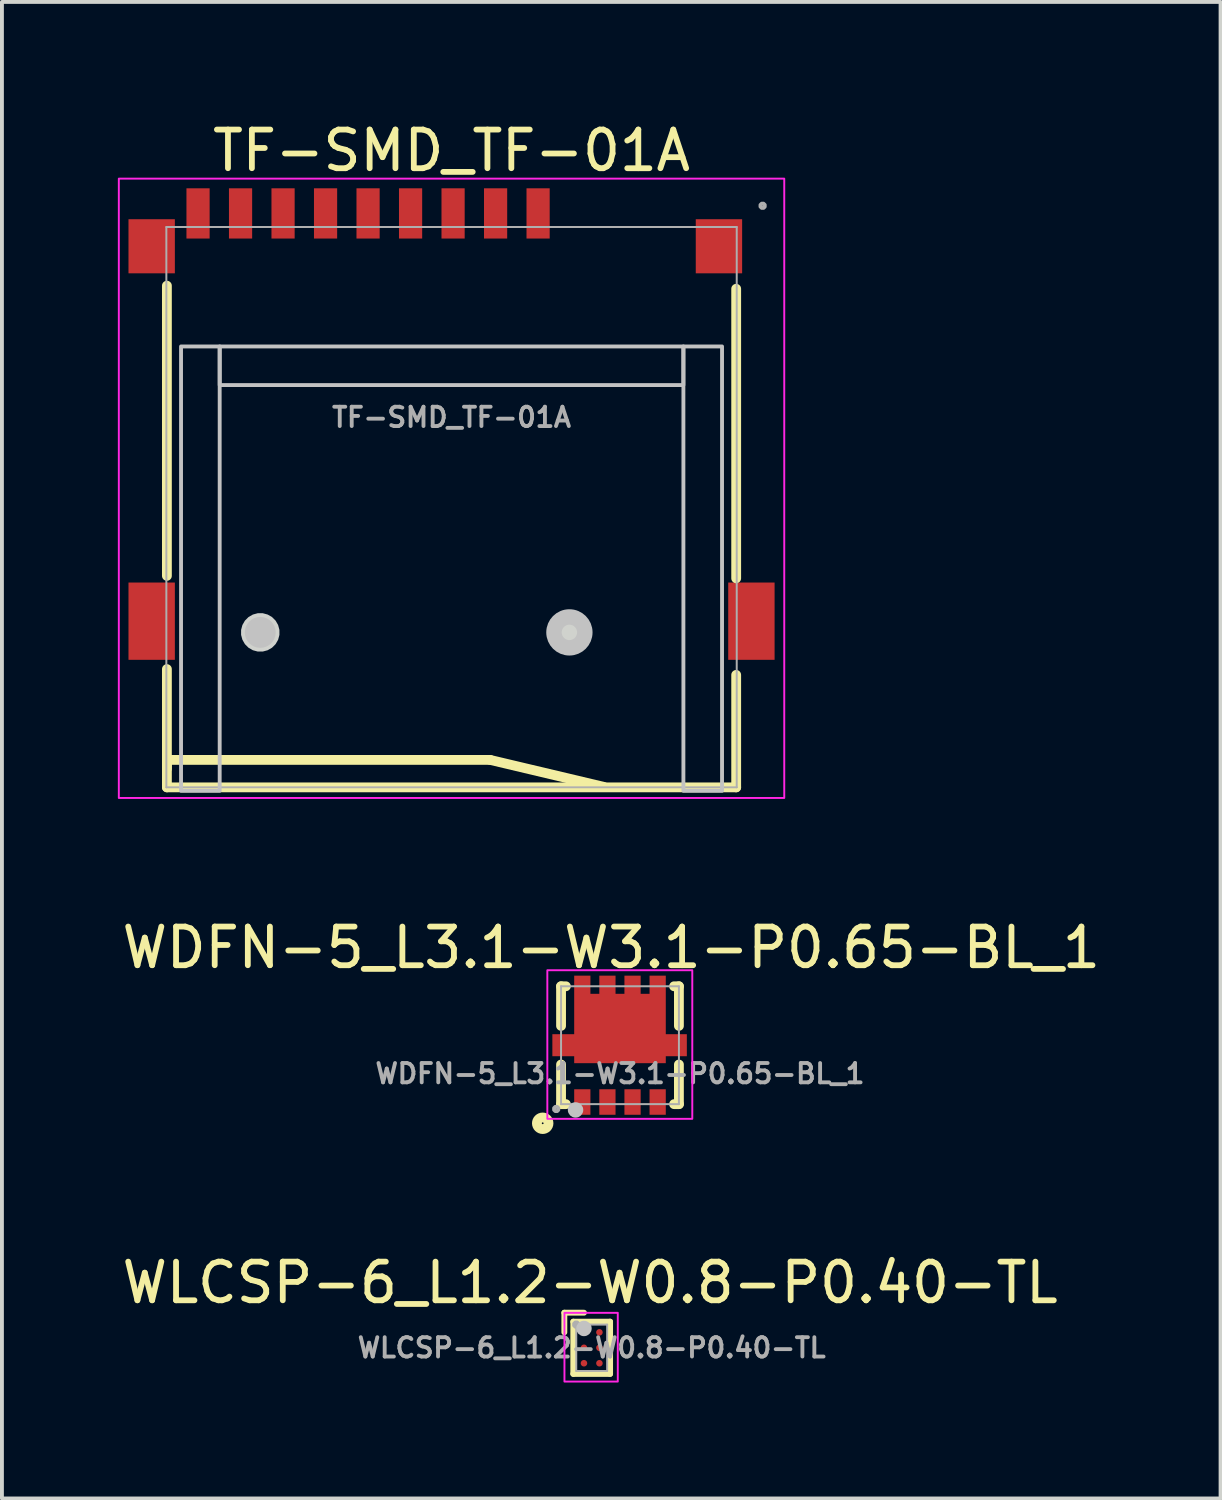
<source format=kicad_pcb>
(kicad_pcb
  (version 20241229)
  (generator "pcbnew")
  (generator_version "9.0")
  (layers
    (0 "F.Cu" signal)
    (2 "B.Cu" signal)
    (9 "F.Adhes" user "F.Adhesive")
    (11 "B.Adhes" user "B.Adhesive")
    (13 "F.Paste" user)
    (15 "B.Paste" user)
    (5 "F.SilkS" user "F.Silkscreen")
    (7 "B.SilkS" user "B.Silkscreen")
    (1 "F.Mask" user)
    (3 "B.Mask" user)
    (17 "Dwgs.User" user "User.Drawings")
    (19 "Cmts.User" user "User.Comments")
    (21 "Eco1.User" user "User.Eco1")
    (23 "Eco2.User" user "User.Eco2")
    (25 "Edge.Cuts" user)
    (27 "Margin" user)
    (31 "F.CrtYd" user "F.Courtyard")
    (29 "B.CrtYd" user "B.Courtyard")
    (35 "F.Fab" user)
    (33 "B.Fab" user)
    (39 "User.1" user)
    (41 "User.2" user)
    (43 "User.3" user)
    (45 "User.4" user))
  (footprint "TF-SMD_TF-01A"
    (layer "F.Cu")
    (at 8.635 7.749)
    (property "Reference" "TF-SMD_TF-01A" (at 0 -6.901 0) (layer "F.SilkS") (effects (font (size 1 1) (thickness 0.15))))
    (fp_line (start -7.366 -3.406) (end -7.366 4.103) (stroke (width 0.254) (type default)) (layer "F.SilkS"))
    (fp_line (start -7.366 6.516) (end -7.366 9.576) (stroke (width 0.254) (type default)) (layer "F.SilkS"))
    (fp_line (start -7.366 8.866) (end 1 8.866) (stroke (width 0.254) (type default)) (layer "F.SilkS"))
    (fp_line (start -7.366 9.091) (end -7.366 8.866) (stroke (width 0.254) (type default)) (layer "F.SilkS"))
    (fp_line (start -7.366 9.576) (end 7.366 9.576) (stroke (width 0.254) (type default)) (layer "F.SilkS"))
    (fp_line (start 1 8.866) (end 3.937 9.563) (stroke (width 0.254) (type default)) (layer "F.SilkS"))
    (fp_line (start 7.366 4.167) (end 7.366 -3.326) (stroke (width 0.254) (type default)) (layer "F.SilkS"))
    (fp_line (start 7.366 9.576) (end 7.366 6.666) (stroke (width 0.254) (type default)) (layer "F.SilkS"))
    (fp_circle (center -4.95 5.566) (end -4.75 5.566) (stroke (width 0.4) (type default)) (fill no) (layer "Dwgs.User"))
    (fp_circle (center 3.05 5.566) (end 3.249 5.566) (stroke (width 0.4) (type default)) (fill no) (layer "Dwgs.User"))
    (fp_poly (pts (xy -7 9.666) (xy -7 -1.834) (xy -6 -1.834) (xy -6 9.666)) (stroke (width 0.1) (type default)) (fill no) (layer "Dwgs.User"))
    (fp_poly (pts (xy -6 -1.834) (xy 6 -1.834) (xy 6 -0.834) (xy -6 -0.834)) (stroke (width 0.1) (type default)) (fill no) (layer "Dwgs.User"))
    (fp_poly (pts (xy 7 9.666) (xy 7 -1.834) (xy 6 -1.834) (xy 6 9.666)) (stroke (width 0.1) (type default)) (fill no) (layer "Dwgs.User"))
    (fp_poly (pts (xy -4.454 5.501) (xy -4.488 5.375) (xy -4.553 5.262) (xy -4.646 5.169) (xy -4.759 5.104) (xy -4.885 5.07) (xy -5.015 5.07) (xy -5.141 5.104) (xy -5.254 5.169) (xy -5.347 5.262) (xy -5.412 5.375) (xy -5.446 5.501) (xy -5.446 5.631) (xy -5.412 5.757) (xy -5.347 5.87) (xy -5.254 5.963) (xy -5.141 6.028) (xy -5.015 6.062) (xy -4.885 6.062) (xy -4.759 6.028) (xy -4.646 5.963) (xy -4.553 5.87) (xy -4.488 5.757) (xy -4.454 5.631)) (stroke (width 0) (type default)) (fill yes) (layer "Edge.Cuts"))
    (fp_poly (pts (xy 3.546 5.501) (xy 3.512 5.375) (xy 3.447 5.262) (xy 3.354 5.169) (xy 3.241 5.104) (xy 3.115 5.07) (xy 2.985 5.07) (xy 2.859 5.104) (xy 2.746 5.169) (xy 2.653 5.262) (xy 2.588 5.375) (xy 2.554 5.501) (xy 2.554 5.631) (xy 2.588 5.757) (xy 2.653 5.87) (xy 2.746 5.963) (xy 2.859 6.028) (xy 2.985 6.062) (xy 3.115 6.062) (xy 3.241 6.028) (xy 3.354 5.963) (xy 3.447 5.87) (xy 3.512 5.757) (xy 3.546 5.631)) (stroke (width 0) (type default)) (fill yes) (layer "Edge.Cuts"))
    (fp_rect (start -8.61 -6.176) (end 8.61 9.851) (stroke (width 0.05) (type default)) (fill no) (layer "F.CrtYd"))
    (fp_line (start -7.38 -4.925) (end 7.38 -4.925) (stroke (width 0.051) (type default)) (layer "F.Fab"))
    (fp_line (start -7.38 9.575) (end -7.38 -4.925) (stroke (width 0.051) (type default)) (layer "F.Fab"))
    (fp_line (start 7.38 -4.925) (end 7.38 9.575) (stroke (width 0.051) (type default)) (layer "F.Fab"))
    (fp_line (start 7.38 9.575) (end -7.38 9.575) (stroke (width 0.051) (type default)) (layer "F.Fab"))
    (fp_poly (pts (xy 8.105 -5.497) (xy 8.073 -5.529) (xy 8.027 -5.529) (xy 7.995 -5.497) (xy 7.995 -5.451) (xy 8.027 -5.419) (xy 8.073 -5.419) (xy 8.105 -5.451)) (stroke (width 0.1) (type default)) (fill no) (layer "F.Fab"))
    (fp_poly (pts (xy -8.05 4.476) (xy -7.35 4.476) (xy -7.35 6.076) (xy -8.05 6.076)) (stroke (width 0.1) (type default)) (fill no) (layer "User.1"))
    (fp_poly (pts (xy -7.95 -3.926) (xy -7.95 -4.926) (xy -7.25 -4.926) (xy -7.25 -3.926)) (stroke (width 0.1) (type default)) (fill no) (layer "User.1"))
    (fp_poly (pts (xy -6.745 -4.924) (xy -6.745 -5.474) (xy -6.375 -5.474) (xy -6.375 -4.924)) (stroke (width 0.1) (type default)) (fill no) (layer "User.1"))
    (fp_poly (pts (xy -5.645 -4.924) (xy -5.645 -5.474) (xy -5.275 -5.474) (xy -5.275 -4.924)) (stroke (width 0.1) (type default)) (fill no) (layer "User.1"))
    (fp_poly (pts (xy -4.545 -4.924) (xy -4.545 -5.474) (xy -4.175 -5.474) (xy -4.175 -4.924)) (stroke (width 0.1) (type default)) (fill no) (layer "User.1"))
    (fp_poly (pts (xy -3.445 -4.924) (xy -3.445 -5.474) (xy -3.075 -5.474) (xy -3.075 -4.924)) (stroke (width 0.1) (type default)) (fill no) (layer "User.1"))
    (fp_poly (pts (xy -2.345 -4.924) (xy -2.345 -5.474) (xy -1.975 -5.474) (xy -1.975 -4.924)) (stroke (width 0.1) (type default)) (fill no) (layer "User.1"))
    (fp_poly (pts (xy -1.245 -4.924) (xy -1.245 -5.474) (xy -0.875 -5.474) (xy -0.875 -4.924)) (stroke (width 0.1) (type default)) (fill no) (layer "User.1"))
    (fp_poly (pts (xy -0.145 -4.924) (xy -0.145 -5.474) (xy 0.225 -5.474) (xy 0.225 -4.924)) (stroke (width 0.1) (type default)) (fill no) (layer "User.1"))
    (fp_poly (pts (xy 0.955 -4.924) (xy 0.955 -5.474) (xy 1.325 -5.474) (xy 1.325 -4.924)) (stroke (width 0.1) (type default)) (fill no) (layer "User.1"))
    (fp_poly (pts (xy 2.055 -4.924) (xy 2.055 -5.474) (xy 2.425 -5.474) (xy 2.425 -4.924)) (stroke (width 0.1) (type default)) (fill no) (layer "User.1"))
    (fp_poly (pts (xy 6.66 -4.926) (xy 7.31 -4.926) (xy 7.31 -3.926) (xy 6.66 -3.926)) (stroke (width 0.1) (type default)) (fill no) (layer "User.1"))
    (fp_poly (pts (xy 7.35 6.076) (xy 7.35 4.476) (xy 8.05 4.476) (xy 8.05 6.076)) (stroke (width 0.1) (type default)) (fill no) (layer "User.1"))
    (fp_text user "${REFERENCE}" (at 0 0 0) (layer "F.Fab") (effects (font (size 0.5 0.5) (thickness 0.1))))
    (pad "1" smd rect (at 2.24 -5.276) (size 0.6 1.3) (layers "F.Cu" "F.Mask" "F.Paste"))
    (pad "2" smd rect (at 1.14 -5.276) (size 0.6 1.3) (layers "F.Cu" "F.Mask" "F.Paste"))
    (pad "3" smd rect (at 0.04 -5.276) (size 0.6 1.3) (layers "F.Cu" "F.Mask" "F.Paste"))
    (pad "4" smd rect (at -1.06 -5.276) (size 0.6 1.3) (layers "F.Cu" "F.Mask" "F.Paste"))
    (pad "5" smd rect (at -2.16 -5.276) (size 0.6 1.3) (layers "F.Cu" "F.Mask" "F.Paste"))
    (pad "6" smd rect (at -3.26 -5.276) (size 0.6 1.3) (layers "F.Cu" "F.Mask" "F.Paste"))
    (pad "7" smd rect (at -4.36 -5.276) (size 0.6 1.3) (layers "F.Cu" "F.Mask" "F.Paste"))
    (pad "8" smd rect (at -5.46 -5.276) (size 0.6 1.3) (layers "F.Cu" "F.Mask" "F.Paste"))
    (pad "9" smd rect (at -6.56 -5.276) (size 0.6 1.3) (layers "F.Cu" "F.Mask" "F.Paste"))
    (pad "10" smd rect (at -7.76 -4.426) (size 1.2 1.4) (layers "F.Cu" "F.Mask" "F.Paste"))
    (pad "11" smd rect (at -7.76 5.276) (size 1.2 2) (layers "F.Cu" "F.Mask" "F.Paste"))
    (pad "12" smd rect (at 7.76 5.276) (size 1.2 2) (layers "F.Cu" "F.Mask" "F.Paste"))
    (pad "13" smd rect (at 6.92 -4.426) (size 1.2 1.4) (layers "F.Cu" "F.Mask" "F.Paste")))
  (footprint "WLCSP-6_L1.2-W0.8-P0.40-TL"
    (layer "F.Cu")
    (at 12.262 31.828)
    (property "Reference" "WLCSP-6_L1.2-W0.8-P0.40-TL" (at -0.042 -1.684 0) (layer "F.SilkS") (effects (font (size 1 1) (thickness 0.15))))
    (fp_line (start -0.708 -0.908) (end -0.2 -0.908) (stroke (width 0.152) (type default)) (layer "F.SilkS"))
    (fp_line (start -0.708 -0.4) (end -0.708 -0.908) (stroke (width 0.152) (type default)) (layer "F.SilkS"))
    (fp_line (start -0.476 -0.676) (end 0.476 -0.676) (stroke (width 0.152) (type default)) (layer "F.SilkS"))
    (fp_line (start -0.476 0.676) (end -0.476 -0.676) (stroke (width 0.152) (type default)) (layer "F.SilkS"))
    (fp_line (start 0.476 -0.676) (end 0.476 0.676) (stroke (width 0.152) (type default)) (layer "F.SilkS"))
    (fp_line (start 0.476 0.676) (end -0.476 0.676) (stroke (width 0.152) (type default)) (layer "F.SilkS"))
    (fp_poly (pts (xy -0.268 -0.485) (xy -0.132 -0.485) (xy -0.115 -0.468) (xy -0.115 -0.332) (xy -0.132 -0.315) (xy -0.268 -0.315) (xy -0.285 -0.332) (xy -0.285 -0.468)) (stroke (width 0) (type default)) (fill yes) (layer "F.Paste"))
    (fp_poly (pts (xy -0.268 -0.085) (xy -0.132 -0.085) (xy -0.115 -0.068) (xy -0.115 0.068) (xy -0.132 0.085) (xy -0.268 0.085) (xy -0.285 0.068) (xy -0.285 -0.068)) (stroke (width 0) (type default)) (fill yes) (layer "F.Paste"))
    (fp_poly (pts (xy -0.268 0.315) (xy -0.132 0.315) (xy -0.115 0.332) (xy -0.115 0.468) (xy -0.132 0.485) (xy -0.268 0.485) (xy -0.285 0.468) (xy -0.285 0.332)) (stroke (width 0) (type default)) (fill yes) (layer "F.Paste"))
    (fp_poly (pts (xy 0.132 -0.485) (xy 0.268 -0.485) (xy 0.285 -0.468) (xy 0.285 -0.332) (xy 0.268 -0.315) (xy 0.132 -0.315) (xy 0.115 -0.332) (xy 0.115 -0.468)) (stroke (width 0) (type default)) (fill yes) (layer "F.Paste"))
    (fp_poly (pts (xy 0.132 -0.085) (xy 0.268 -0.085) (xy 0.285 -0.068) (xy 0.285 0.068) (xy 0.268 0.085) (xy 0.132 0.085) (xy 0.115 0.068) (xy 0.115 -0.068)) (stroke (width 0) (type default)) (fill yes) (layer "F.Paste"))
    (fp_poly (pts (xy 0.132 0.315) (xy 0.268 0.315) (xy 0.285 0.332) (xy 0.285 0.468) (xy 0.268 0.485) (xy 0.132 0.485) (xy 0.115 0.468) (xy 0.115 0.332)) (stroke (width 0) (type default)) (fill yes) (layer "F.Paste"))
    (fp_circle (center -0.2 -0.5) (end -0.1 -0.5) (stroke (width 0.2) (type default)) (fill no) (layer "Dwgs.User"))
    (fp_rect (start -0.705 -0.905) (end 0.675 0.875) (stroke (width 0.05) (type default)) (fill no) (layer "F.CrtYd"))
    (fp_line (start -0.4 -0.6) (end -0.4 0.6) (stroke (width 0.051) (type default)) (layer "F.Fab"))
    (fp_line (start -0.4 0.6) (end 0.4 0.6) (stroke (width 0.051) (type default)) (layer "F.Fab"))
    (fp_line (start 0.4 -0.6) (end -0.4 -0.6) (stroke (width 0.051) (type default)) (layer "F.Fab"))
    (fp_line (start 0.4 0.6) (end 0.4 -0.6) (stroke (width 0.051) (type default)) (layer "F.Fab"))
    (fp_poly (pts (xy -0.345 -0.623) (xy -0.377 -0.655) (xy -0.423 -0.655) (xy -0.455 -0.623) (xy -0.455 -0.577) (xy -0.423 -0.545) (xy -0.377 -0.545) (xy -0.345 -0.577)) (stroke (width 0.1) (type default)) (fill no) (layer "F.Fab"))
    (fp_poly (pts (xy -0.102 -0.42) (xy -0.117 -0.456) (xy -0.144 -0.483) (xy -0.18 -0.498) (xy -0.22 -0.498) (xy -0.256 -0.483) (xy -0.283 -0.456) (xy -0.298 -0.42) (xy -0.298 -0.38) (xy -0.283 -0.344) (xy -0.256 -0.317) (xy -0.22 -0.302) (xy -0.18 -0.302) (xy -0.144 -0.317) (xy -0.117 -0.344) (xy -0.102 -0.38)) (stroke (width 0.1) (type default)) (fill no) (layer "User.1"))
    (fp_poly (pts (xy -0.102 -0.02) (xy -0.117 -0.056) (xy -0.144 -0.083) (xy -0.18 -0.098) (xy -0.22 -0.098) (xy -0.256 -0.083) (xy -0.283 -0.056) (xy -0.298 -0.02) (xy -0.298 0.02) (xy -0.283 0.056) (xy -0.256 0.083) (xy -0.22 0.098) (xy -0.18 0.098) (xy -0.144 0.083) (xy -0.117 0.056) (xy -0.102 0.02)) (stroke (width 0.1) (type default)) (fill no) (layer "User.1"))
    (fp_poly (pts (xy -0.102 0.38) (xy -0.117 0.344) (xy -0.144 0.317) (xy -0.18 0.302) (xy -0.22 0.302) (xy -0.256 0.317) (xy -0.283 0.344) (xy -0.298 0.38) (xy -0.298 0.42) (xy -0.283 0.456) (xy -0.256 0.483) (xy -0.22 0.498) (xy -0.18 0.498) (xy -0.144 0.483) (xy -0.117 0.456) (xy -0.102 0.42)) (stroke (width 0.1) (type default)) (fill no) (layer "User.1"))
    (fp_poly (pts (xy 0.298 -0.42) (xy 0.283 -0.456) (xy 0.256 -0.483) (xy 0.22 -0.498) (xy 0.18 -0.498) (xy 0.144 -0.483) (xy 0.117 -0.456) (xy 0.102 -0.42) (xy 0.102 -0.38) (xy 0.117 -0.344) (xy 0.144 -0.317) (xy 0.18 -0.302) (xy 0.22 -0.302) (xy 0.256 -0.317) (xy 0.283 -0.344) (xy 0.298 -0.38)) (stroke (width 0.1) (type default)) (fill no) (layer "User.1"))
    (fp_poly (pts (xy 0.298 -0.02) (xy 0.283 -0.056) (xy 0.256 -0.083) (xy 0.22 -0.098) (xy 0.18 -0.098) (xy 0.144 -0.083) (xy 0.117 -0.056) (xy 0.102 -0.02) (xy 0.102 0.02) (xy 0.117 0.056) (xy 0.144 0.083) (xy 0.18 0.098) (xy 0.22 0.098) (xy 0.256 0.083) (xy 0.283 0.056) (xy 0.298 0.02)) (stroke (width 0.1) (type default)) (fill no) (layer "User.1"))
    (fp_poly (pts (xy 0.298 0.38) (xy 0.283 0.344) (xy 0.256 0.317) (xy 0.22 0.302) (xy 0.18 0.302) (xy 0.144 0.317) (xy 0.117 0.344) (xy 0.102 0.38) (xy 0.102 0.42) (xy 0.117 0.456) (xy 0.144 0.483) (xy 0.18 0.498) (xy 0.22 0.498) (xy 0.256 0.483) (xy 0.283 0.456) (xy 0.298 0.42)) (stroke (width 0.1) (type default)) (fill no) (layer "User.1"))
    (fp_text user "${REFERENCE}" (at 0 0 0) (layer "F.Fab") (effects (font (size 0.5 0.5) (thickness 0.1))))
    (pad "A1" smd circle (at -0.2 -0.4) (size 0.17 0.17) (layers "F.Cu" "F.Mask" "F.Paste"))
    (pad "A2" smd circle (at 0.2 -0.4) (size 0.17 0.17) (layers "F.Cu" "F.Mask" "F.Paste"))
    (pad "B1" smd circle (at -0.2 0) (size 0.17 0.17) (layers "F.Cu" "F.Mask" "F.Paste"))
    (pad "B2" smd circle (at 0.2 0) (size 0.17 0.17) (layers "F.Cu" "F.Mask" "F.Paste"))
    (pad "C1" smd circle (at -0.2 0.4) (size 0.17 0.17) (layers "F.Cu" "F.Mask" "F.Paste"))
    (pad "C2" smd circle (at 0.2 0.4) (size 0.17 0.17) (layers "F.Cu" "F.Mask" "F.Paste")))
  (footprint "WDFN-5_L3.1-W3.1-P0.65-BL_1"
    (layer "F.Cu")
    (at 12.994 24.733)
    (property "Reference" "WDFN-5_L3.1-W3.1-P0.65-BL_1" (at -0.226 -3.26 0) (layer "F.SilkS") (effects (font (size 1 1) (thickness 0.15))))
    (fp_line (start -1.525 -2.26) (end -1.4 -2.26) (stroke (width 0.254) (type default)) (layer "F.SilkS"))
    (fp_line (start -1.525 -1.235) (end -1.525 -2.26) (stroke (width 0.254) (type default)) (layer "F.SilkS"))
    (fp_line (start -1.525 -0.235) (end -1.525 0.79) (stroke (width 0.254) (type default)) (layer "F.SilkS"))
    (fp_line (start -1.525 0.79) (end -1.4 0.79) (stroke (width 0.254) (type default)) (layer "F.SilkS"))
    (fp_line (start 1.525 -2.26) (end 1.4 -2.26) (stroke (width 0.254) (type default)) (layer "F.SilkS"))
    (fp_line (start 1.525 -1.235) (end 1.525 -2.26) (stroke (width 0.254) (type default)) (layer "F.SilkS"))
    (fp_line (start 1.525 -0.235) (end 1.525 0.79) (stroke (width 0.254) (type default)) (layer "F.SilkS"))
    (fp_line (start 1.525 0.79) (end 1.4 0.79) (stroke (width 0.254) (type default)) (layer "F.SilkS"))
    (fp_circle (center -2 1.285) (end -1.85 1.285) (stroke (width 0.254) (type default)) (fill no) (layer "F.SilkS"))
    (fp_circle (center -1.15 0.94) (end -1.05 0.94) (stroke (width 0.2) (type default)) (fill no) (layer "Dwgs.User"))
    (fp_rect (start -1.88 -2.675) (end 1.871 1.17) (stroke (width 0.05) (type default)) (fill no) (layer "F.CrtYd"))
    (fp_line (start -1.525 -2.26) (end 1.525 -2.26) (stroke (width 0.051) (type default)) (layer "F.Fab"))
    (fp_line (start -1.525 0.79) (end -1.525 -2.26) (stroke (width 0.051) (type default)) (layer "F.Fab"))
    (fp_line (start 1.525 -2.26) (end 1.525 0.79) (stroke (width 0.051) (type default)) (layer "F.Fab"))
    (fp_line (start 1.525 0.79) (end -1.525 0.79) (stroke (width 0.051) (type default)) (layer "F.Fab"))
    (fp_poly (pts (xy -1.595 0.892) (xy -1.627 0.86) (xy -1.673 0.86) (xy -1.705 0.892) (xy -1.705 0.938) (xy -1.673 0.97) (xy -1.627 0.97) (xy -1.595 0.938)) (stroke (width 0.1) (type default)) (fill no) (layer "F.Fab"))
    (fp_poly (pts (xy -1.125 0.915) (xy -1.125 0.505) (xy -0.825 0.505) (xy -0.825 0.915)) (stroke (width 0.1) (type default)) (fill no) (layer "User.1"))
    (fp_poly (pts (xy -0.475 0.915) (xy -0.475 0.505) (xy -0.175 0.505) (xy -0.175 0.915)) (stroke (width 0.1) (type default)) (fill no) (layer "User.1"))
    (fp_poly (pts (xy 0.175 0.915) (xy 0.175 0.505) (xy 0.475 0.505) (xy 0.475 0.915)) (stroke (width 0.1) (type default)) (fill no) (layer "User.1"))
    (fp_poly (pts (xy 0.825 0.915) (xy 0.825 0.505) (xy 1.125 0.505) (xy 1.125 0.915)) (stroke (width 0.1) (type default)) (fill no) (layer "User.1"))
    (fp_poly (pts (xy -0.825 -2.066) (xy -0.825 -2.385) (xy -1.125 -2.385) (xy -1.125 -2.065) (xy -1.055 -2.065) (xy -1.055 -1.974) (xy -1.055 -0.885) (xy -1.65 -0.885) (xy -1.65 -0.585) (xy -1.055 -0.585) (xy -1.055 -0.45) (xy 1.055 -0.45) (xy 1.055 -0.585) (xy 1.65 -0.585) (xy 1.65 -0.885) (xy 1.055 -0.885) (xy 1.055 -1.974) (xy 1.055 -2.065) (xy 1.125 -2.065) (xy 1.125 -2.385) (xy 0.825 -2.385) (xy 0.825 -2.065) (xy 0.475 -2.065) (xy 0.475 -2.385) (xy 0.175 -2.385) (xy 0.175 -2.065) (xy -0.175 -2.065) (xy -0.175 -2.385) (xy -0.475 -2.385) (xy -0.475 -2.065) (xy -0.825 -2.065)) (stroke (width 0.1) (type default)) (fill no) (layer "User.1"))
    (fp_text user "${REFERENCE}" (at 0 0 0) (layer "F.Fab") (effects (font (size 0.5 0.5) (thickness 0.1))))
    (pad "1" smd rect (at -0.975 0.735 270) (size 0.66 0.42) (layers "F.Cu" "F.Mask" "F.Paste"))
    (pad "2" smd rect (at -0.325 0.735 90) (size 0.66 0.42) (layers "F.Cu" "F.Mask" "F.Paste"))
    (pad "3" smd rect (at 0.325 0.735 90) (size 0.66 0.42) (layers "F.Cu" "F.Mask" "F.Paste"))
    (pad "4" smd rect (at 0.975 0.735 90) (size 0.66 0.42) (layers "F.Cu" "F.Mask" "F.Paste"))
    (pad "5" smd custom (at 0 -0.735) (size 0.000001 0.000001) (layers "F.Cu" "F.Mask" "F.Paste") (options (anchor circle)) (primitives (gr_poly (pts (xy 1.185 0.285) (xy 1.185 0.465) (xy -1.185 0.465) (xy -1.185 0.285) (xy -1.75 0.285) (xy -1.75 -0.285) (xy -1.185 -0.285) (xy -1.185 -1.8) (xy -0.765 -1.8) (xy -0.765 -1.33) (xy -0.535 -1.33) (xy -0.535 -1.8) (xy -0.115 -1.8) (xy -0.115 -1.33) (xy 0.115 -1.33) (xy 0.115 -1.8) (xy 0.535 -1.8) (xy 0.535 -1.33) (xy 0.765 -1.33) (xy 0.765 -1.8) (xy 1.185 -1.8) (xy 1.185 -0.285) (xy 1.73 -0.285) (xy 1.73 0.285)) (width 0) (fill yes)))))
  (gr_rect
    (start -3 -3)
    (end 28.536 35.728)
    (stroke (width 0.1) (type default))
    (fill no)
    (layer "Edge.Cuts")))
</source>
